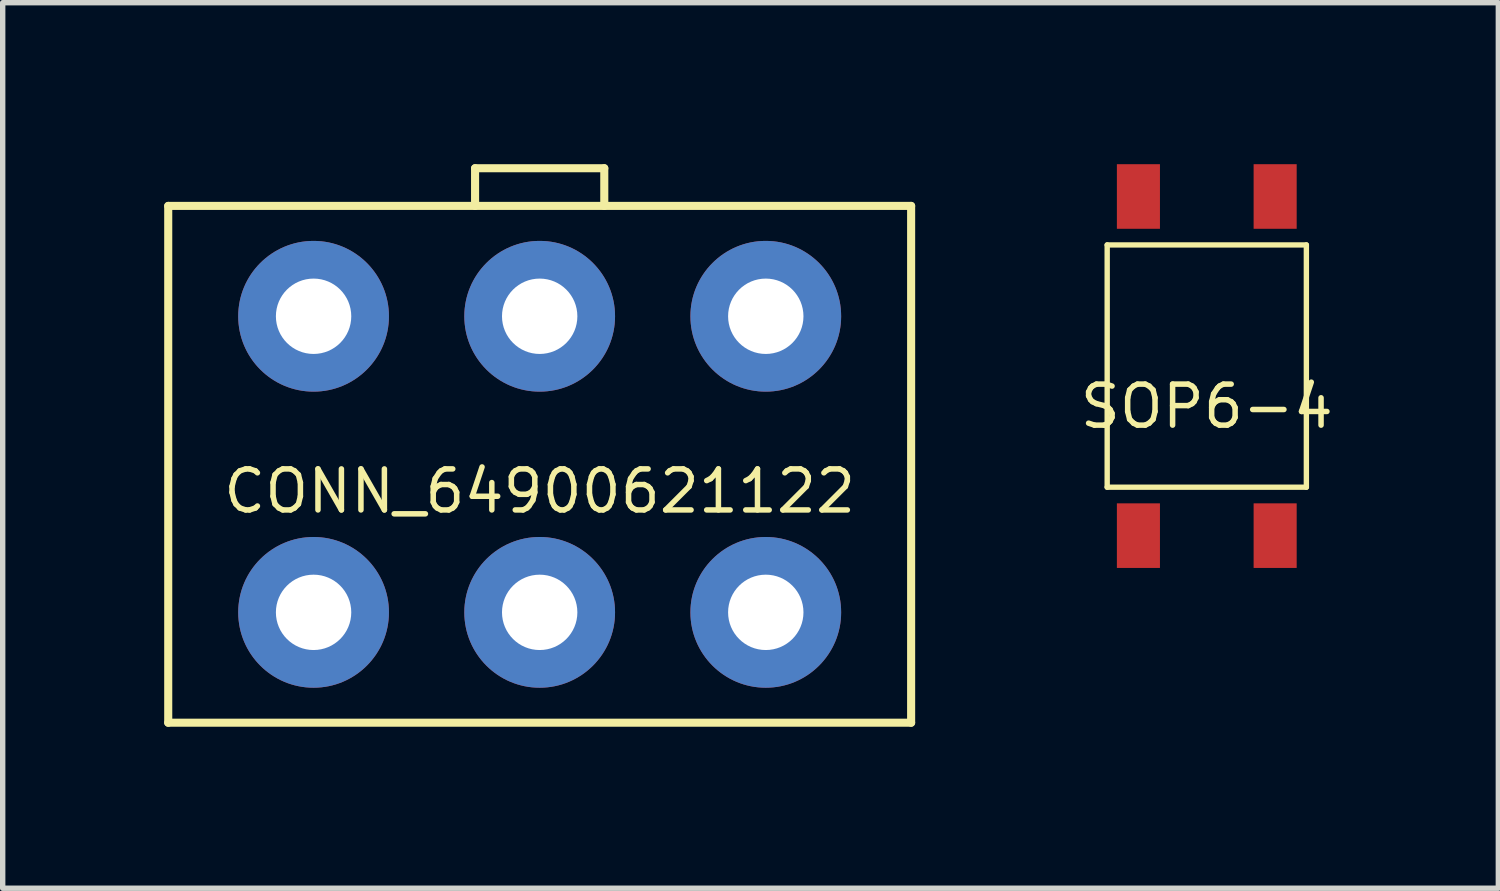
<source format=kicad_pcb>
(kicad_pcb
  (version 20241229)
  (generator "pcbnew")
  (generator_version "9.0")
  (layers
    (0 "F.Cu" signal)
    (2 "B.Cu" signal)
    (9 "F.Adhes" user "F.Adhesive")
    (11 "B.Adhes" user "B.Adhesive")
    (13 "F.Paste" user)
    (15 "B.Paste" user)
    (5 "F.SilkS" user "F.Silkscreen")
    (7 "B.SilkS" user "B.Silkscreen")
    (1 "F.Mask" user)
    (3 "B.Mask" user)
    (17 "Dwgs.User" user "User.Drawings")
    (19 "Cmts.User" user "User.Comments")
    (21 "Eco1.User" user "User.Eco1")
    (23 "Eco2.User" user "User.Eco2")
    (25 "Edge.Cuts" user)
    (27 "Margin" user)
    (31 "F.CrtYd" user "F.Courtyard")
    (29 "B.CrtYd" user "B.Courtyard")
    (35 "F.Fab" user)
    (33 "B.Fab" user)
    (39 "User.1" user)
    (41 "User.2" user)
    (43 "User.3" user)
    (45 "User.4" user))
  (footprint "CONN_64900621122"
    (layer "F.Cu")
    (at 6.975 5.575)
    (property "Reference" "CONN_64900621122" (at 0 0.5 0) (layer "F.SilkS") (effects (font (size 0.762 0.762) (thickness 0.102))))
    (attr through_hole)
    (fp_line (start -6.9 -4.8) (end -6.9 4.8) (stroke (width 0.15) (type solid)) (layer "F.SilkS"))
    (fp_line (start -6.9 4.8) (end 6.9 4.8) (stroke (width 0.15) (type solid)) (layer "F.SilkS"))
    (fp_line (start -1.2 -5.5) (end 1.2 -5.5) (stroke (width 0.15) (type solid)) (layer "F.SilkS"))
    (fp_line (start -1.2 -4.8) (end -1.2 -5.5) (stroke (width 0.15) (type solid)) (layer "F.SilkS"))
    (fp_line (start 1.2 -5.5) (end 1.2 -4.8) (stroke (width 0.15) (type solid)) (layer "F.SilkS"))
    (fp_line (start 6.9 -4.8) (end -6.9 -4.8) (stroke (width 0.15) (type solid)) (layer "F.SilkS"))
    (fp_line (start 6.9 4.8) (end 6.9 -4.8) (stroke (width 0.15) (type solid)) (layer "F.SilkS"))
    (pad "1" thru_hole circle (at 4.2 2.75) (size 2.8 2.8) (drill 1.4) (layers "*.Cu" "*.Mask"))
    (pad "2" thru_hole circle (at 0 2.75) (size 2.8 2.8) (drill 1.4) (layers "*.Cu" "*.Mask"))
    (pad "3" thru_hole circle (at -4.2 2.75) (size 2.8 2.8) (drill 1.4) (layers "*.Cu" "*.Mask"))
    (pad "4" thru_hole circle (at 4.2 -2.75) (size 2.8 2.8) (drill 1.4) (layers "*.Cu" "*.Mask"))
    (pad "5" thru_hole circle (at 0 -2.75) (size 2.8 2.8) (drill 1.4) (layers "*.Cu" "*.Mask"))
    (pad "6" thru_hole circle (at -4.2 -2.75) (size 2.8 2.8) (drill 1.4) (layers "*.Cu" "*.Mask")))
  (footprint "SOP6-4"
    (layer "F.Cu")
    (at 19.367 3.75)
    (property "Reference" "SOP6-4" (at 0 0.75 0) (layer "F.SilkS") (effects (font (size 0.762 0.762) (thickness 0.102))))
    (attr through_hole)
    (fp_line (start -1.85 -2.25) (end 1.85 -2.25) (stroke (width 0.1) (type solid)) (layer "F.SilkS"))
    (fp_line (start -1.85 2.25) (end -1.85 -2.25) (stroke (width 0.1) (type solid)) (layer "F.SilkS"))
    (fp_line (start 1.85 -2.25) (end 1.85 2.25) (stroke (width 0.1) (type solid)) (layer "F.SilkS"))
    (fp_line (start 1.85 2.25) (end -1.85 2.25) (stroke (width 0.1) (type solid)) (layer "F.SilkS"))
    (pad "1" smd rect (at -1.27 3.15) (size 0.8 1.2) (layers "F.Cu" "F.Mask" "F.Paste"))
    (pad "3" smd rect (at 1.27 3.15) (size 0.8 1.2) (layers "F.Cu" "F.Mask" "F.Paste"))
    (pad "4" smd rect (at 1.27 -3.15) (size 0.8 1.2) (layers "F.Cu" "F.Mask" "F.Paste"))
    (pad "6" smd rect (at -1.27 -3.15) (size 0.8 1.2) (layers "F.Cu" "F.Mask" "F.Paste")))
  (gr_rect
    (start -3 -3)
    (end 24.783 13.45)
    (stroke (width 0.1) (type default))
    (fill no)
    (layer "Edge.Cuts")))
</source>
